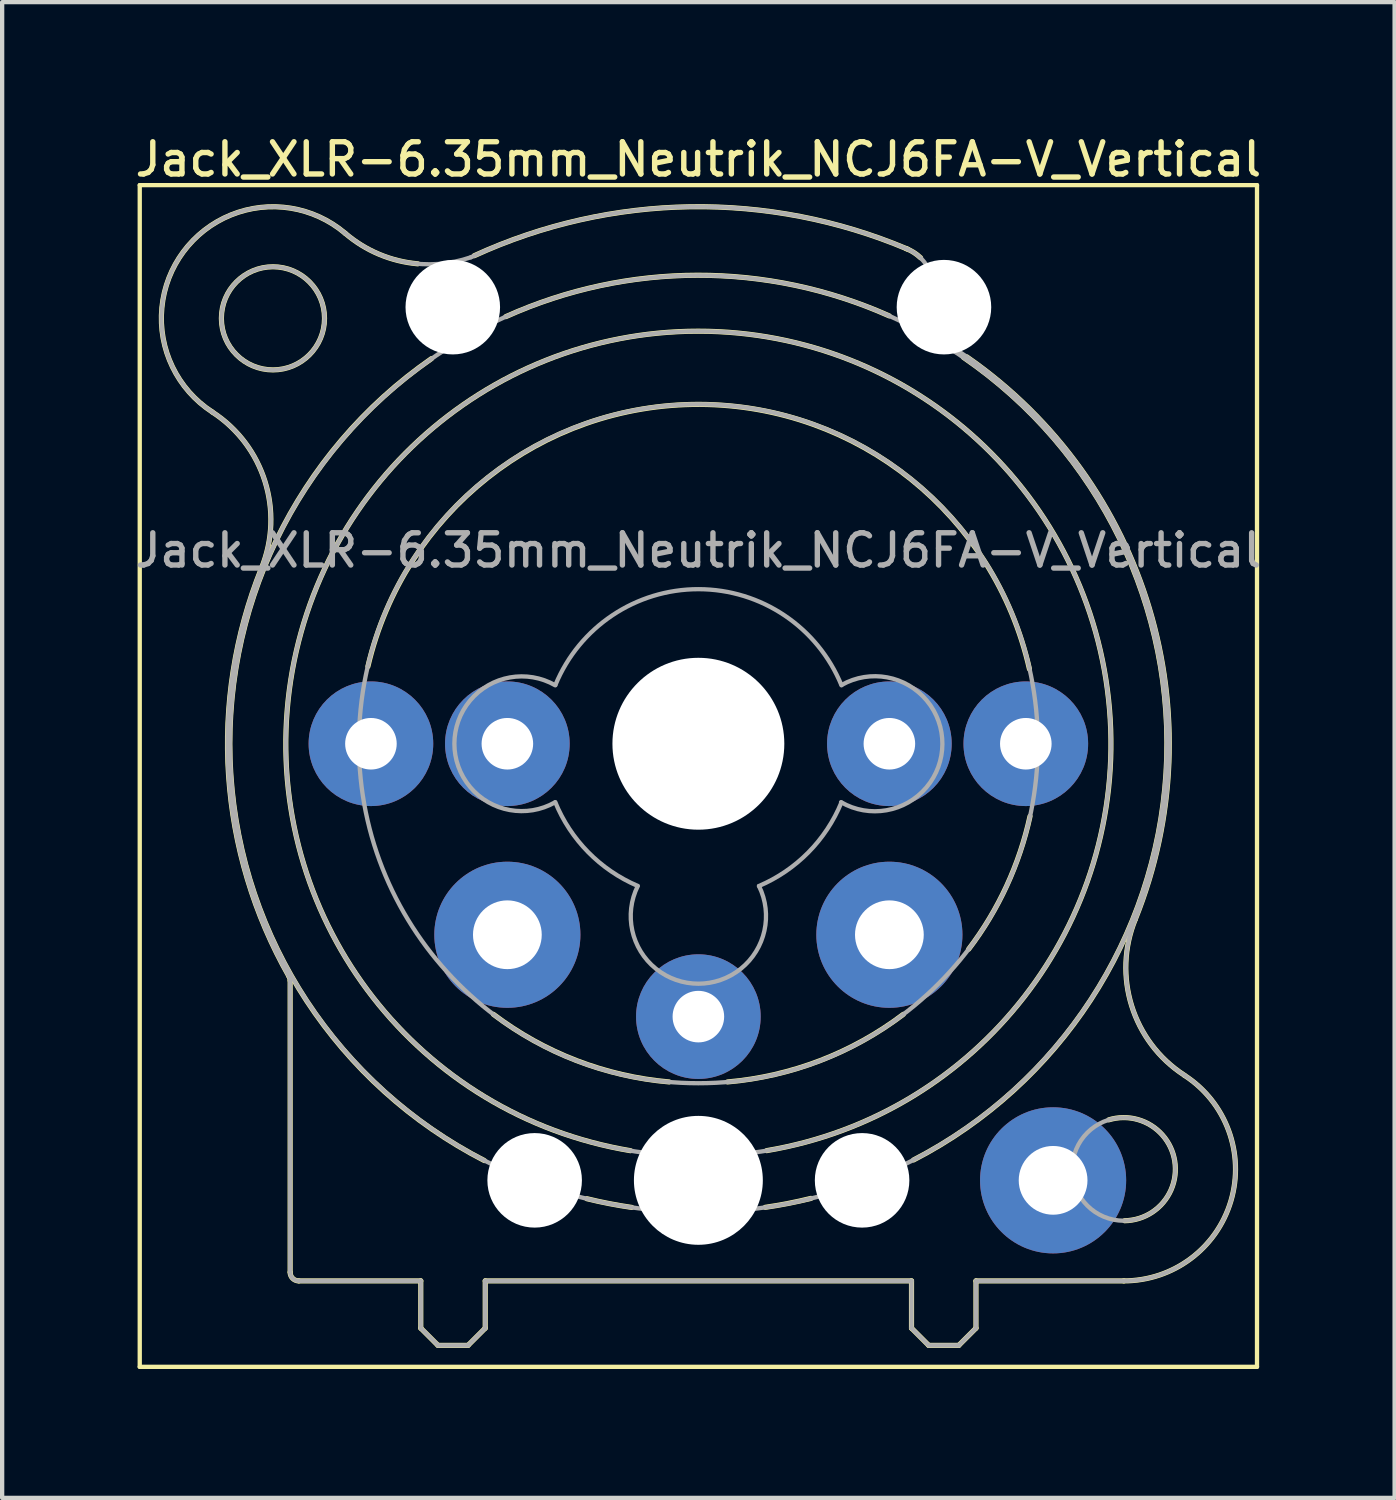
<source format=kicad_pcb>
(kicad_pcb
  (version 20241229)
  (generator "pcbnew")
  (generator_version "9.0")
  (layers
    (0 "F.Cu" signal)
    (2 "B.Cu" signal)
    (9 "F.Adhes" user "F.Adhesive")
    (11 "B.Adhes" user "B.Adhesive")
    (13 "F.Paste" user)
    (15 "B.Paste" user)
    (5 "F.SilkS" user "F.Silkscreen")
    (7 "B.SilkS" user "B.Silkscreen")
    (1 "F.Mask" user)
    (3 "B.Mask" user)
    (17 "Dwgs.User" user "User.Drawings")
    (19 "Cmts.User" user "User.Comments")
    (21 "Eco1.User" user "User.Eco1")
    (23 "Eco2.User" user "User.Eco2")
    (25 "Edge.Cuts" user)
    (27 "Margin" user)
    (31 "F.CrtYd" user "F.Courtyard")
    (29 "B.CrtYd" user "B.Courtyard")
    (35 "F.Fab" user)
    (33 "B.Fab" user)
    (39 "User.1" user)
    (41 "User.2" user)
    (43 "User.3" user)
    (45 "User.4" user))
  (footprint "Jack_XLR-6.35mm_Neutrik_NCJ6FA-V_Vertical"
    (layer "F.Cu")
    (at 20.822 14.258)
    (property "Reference" "Jack_XLR-6.35mm_Neutrik_NCJ6FA-V_Vertical" (at -7.62 -13.6 0) (layer "F.SilkS") (effects (font (size 0.75 0.75) (thickness 0.125))))
    (attr through_hole)
    (fp_line (start -20.62 -13) (end 5.38 -13) (stroke (width 0.1) (type solid)) (layer "F.SilkS"))
    (fp_line (start -20.62 14.5) (end -20.62 -13) (stroke (width 0.1) (type solid)) (layer "F.SilkS"))
    (fp_line (start -17.12 5.51) (end -17.12 12.3) (stroke (width 0.12) (type solid)) (layer "F.SilkS"))
    (fp_line (start -14.08 12.5) (end -16.92 12.5) (stroke (width 0.12) (type solid)) (layer "F.SilkS"))
    (fp_line (start -14.08 12.5) (end -14.08 13.6) (stroke (width 0.12) (type solid)) (layer "F.SilkS"))
    (fp_line (start -13.68 14) (end -14.08 13.6) (stroke (width 0.12) (type solid)) (layer "F.SilkS"))
    (fp_line (start -12.98 14) (end -13.68 14) (stroke (width 0.12) (type solid)) (layer "F.SilkS"))
    (fp_line (start -12.98 14) (end -12.58 13.6) (stroke (width 0.12) (type solid)) (layer "F.SilkS"))
    (fp_line (start -12.58 12.5) (end -12.58 13.6) (stroke (width 0.12) (type solid)) (layer "F.SilkS"))
    (fp_line (start -12.58 12.5) (end -2.66 12.5) (stroke (width 0.12) (type solid)) (layer "F.SilkS"))
    (fp_line (start -2.66 12.5) (end -2.66 13.6) (stroke (width 0.12) (type solid)) (layer "F.SilkS"))
    (fp_line (start -2.26 14) (end -2.66 13.6) (stroke (width 0.12) (type solid)) (layer "F.SilkS"))
    (fp_line (start -1.56 14) (end -2.26 14) (stroke (width 0.12) (type solid)) (layer "F.SilkS"))
    (fp_line (start -1.56 14) (end -1.16 13.6) (stroke (width 0.12) (type solid)) (layer "F.SilkS"))
    (fp_line (start -1.16 12.5) (end -1.16 13.6) (stroke (width 0.12) (type solid)) (layer "F.SilkS"))
    (fp_line (start 2.28 12.5) (end -1.16 12.5) (stroke (width 0.12) (type solid)) (layer "F.SilkS"))
    (fp_line (start 5.38 -13) (end 5.38 14.5) (stroke (width 0.1) (type solid)) (layer "F.SilkS"))
    (fp_line (start 5.38 14.5) (end -20.62 14.5) (stroke (width 0.1) (type solid)) (layer "F.SilkS"))
    (fp_arc (start -18.934795 -7.72258) (mid -19.602935 -11.450543) (end -15.84 -11.88) (stroke (width 0.12) (type solid)) (layer "F.SilkS"))
    (fp_arc (start -18.930969 -7.719195) (mid -17.705389 -6.104985) (end -17.79 -4.08) (stroke (width 0.12) (type solid)) (layer "F.SilkS"))
    (fp_arc (start -17.154956 5.397698) (mid -17.130185 5.451579) (end -17.12 5.51) (stroke (width 0.12) (type solid)) (layer "F.SilkS"))
    (fp_arc (start -17.144015 5.419265) (mid -18.552638 0.743459) (end -17.79 -4.08) (stroke (width 0.12) (type solid)) (layer "F.SilkS"))
    (fp_arc (start -16.92 12.5) (mid -17.061421 12.441421) (end -17.12 12.3) (stroke (width 0.12) (type solid)) (layer "F.SilkS"))
    (fp_arc (start -15.31 -1.8) (mid -7.589115 -7.897794) (end 0.083843 -1.739802) (stroke (width 0.12) (type solid)) (layer "F.SilkS"))
    (fp_arc (start -14.148924 -11.168665) (mid -15.050317 -11.391547) (end -15.84 -11.88) (stroke (width 0.12) (type solid)) (layer "F.SilkS"))
    (fp_arc (start -12.835768 -11.357498) (mid -7.808953 -12.496451) (end -2.75 -11.51) (stroke (width 0.12) (type solid)) (layer "F.SilkS"))
    (fp_arc (start -12.6 9.7) (mid -18.500043 0.717682) (end -13.830991 -8.961807) (stroke (width 0.12) (type solid)) (layer "F.SilkS"))
    (fp_arc (start -12.1 -9.94) (mid -7.641178 -10.902915) (end -3.178648 -9.957329) (stroke (width 0.12) (type solid)) (layer "F.SilkS"))
    (fp_arc (start -9.2 9.47) (mid -7.62467 -9.6009) (end -6.030789 9.468459) (stroke (width 0.12) (type solid)) (layer "F.SilkS"))
    (fp_arc (start -9.17 10.79) (mid -9.695239 10.701401) (end -10.215522 10.58725) (stroke (width 0.12) (type solid)) (layer "F.SilkS"))
    (fp_arc (start -8.3 7.87) (mid -10.455796 7.372758) (end -12.389148 6.297184) (stroke (width 0.12) (type solid)) (layer "F.SilkS"))
    (fp_arc (start -5 10.58) (mid -5.529293 10.697184) (end -6.063757 10.787906) (stroke (width 0.12) (type solid)) (layer "F.SilkS"))
    (fp_arc (start -2.850852 6.297184) (mid -4.784204 7.372758) (end -6.94 7.87) (stroke (width 0.12) (type solid)) (layer "F.SilkS"))
    (fp_arc (start -2.789231 -11.524852) (mid -2.608846 -11.434431) (end -2.45 -11.31) (stroke (width 0.12) (type solid)) (layer "F.SilkS"))
    (fp_arc (start -1.45 -8.99) (mid 3.262553 0.677525) (end -2.61272 9.685874) (stroke (width 0.12) (type solid)) (layer "F.SilkS"))
    (fp_arc (start -1.372521 -9.002461) (mid 2.876242 -3.147094) (end 2.55 4.08) (stroke (width 0.12) (type solid)) (layer "F.SilkS"))
    (fp_arc (start 0.097858 1.687355) (mid -0.447404 3.31155) (end -1.33 4.78) (stroke (width 0.12) (type solid)) (layer "F.SilkS"))
    (fp_arc (start 1.932014 8.75139) (mid 3.4657 9.714222) (end 2.3 11.1) (stroke (width 0.12) (type solid)) (layer "F.SilkS"))
    (fp_arc (start 3.687208 7.712208) (mid 2.463871 6.101094) (end 2.55 4.08) (stroke (width 0.12) (type solid)) (layer "F.SilkS"))
    (fp_arc (start 3.696061 7.719457) (mid 4.772931 10.63844) (end 2.28 12.5) (stroke (width 0.12) (type solid)) (layer "F.SilkS"))
    (fp_circle (center -17.52 -9.9) (end -16.32 -9.9) (stroke (width 0.12) (type solid)) (fill no) (layer "F.SilkS"))
    (fp_line (start -17.12 5.51) (end -17.12 12.3) (stroke (width 0.1) (type solid)) (layer "F.Fab"))
    (fp_line (start -14.08 12.5) (end -16.92 12.5) (stroke (width 0.1) (type solid)) (layer "F.Fab"))
    (fp_line (start -14.08 12.5) (end -14.08 13.6) (stroke (width 0.1) (type solid)) (layer "F.Fab"))
    (fp_line (start -13.68 14) (end -14.08 13.6) (stroke (width 0.1) (type solid)) (layer "F.Fab"))
    (fp_line (start -12.98 14) (end -13.68 14) (stroke (width 0.1) (type solid)) (layer "F.Fab"))
    (fp_line (start -12.98 14) (end -12.58 13.6) (stroke (width 0.1) (type solid)) (layer "F.Fab"))
    (fp_line (start -12.58 12.5) (end -12.58 13.6) (stroke (width 0.1) (type solid)) (layer "F.Fab"))
    (fp_line (start -12.58 12.5) (end -2.66 12.5) (stroke (width 0.1) (type solid)) (layer "F.Fab"))
    (fp_line (start -2.66 12.5) (end -2.66 13.6) (stroke (width 0.1) (type solid)) (layer "F.Fab"))
    (fp_line (start -2.37 -9.82) (end -2.21 -10.22) (stroke (width 0.1) (type solid)) (layer "F.Fab"))
    (fp_line (start -2.26 14) (end -2.66 13.6) (stroke (width 0.1) (type solid)) (layer "F.Fab"))
    (fp_line (start -1.56 14) (end -2.26 14) (stroke (width 0.1) (type solid)) (layer "F.Fab"))
    (fp_line (start -1.56 14) (end -1.16 13.6) (stroke (width 0.1) (type solid)) (layer "F.Fab"))
    (fp_line (start -1.16 12.5) (end -1.16 13.6) (stroke (width 0.1) (type solid)) (layer "F.Fab"))
    (fp_line (start 2.28 12.5) (end -1.16 12.5) (stroke (width 0.1) (type solid)) (layer "F.Fab"))
    (fp_arc (start -18.934795 -7.72258) (mid -19.602935 -11.450543) (end -15.84 -11.88) (stroke (width 0.1) (type solid)) (layer "F.Fab"))
    (fp_arc (start -18.930969 -7.719195) (mid -17.705389 -6.104985) (end -17.79 -4.08) (stroke (width 0.1) (type solid)) (layer "F.Fab"))
    (fp_arc (start -17.154956 5.397698) (mid -17.130185 5.451579) (end -17.12 5.51) (stroke (width 0.1) (type solid)) (layer "F.Fab"))
    (fp_arc (start -17.144015 5.419265) (mid -18.552638 0.743459) (end -17.79 -4.08) (stroke (width 0.1) (type solid)) (layer "F.Fab"))
    (fp_arc (start -16.92 12.5) (mid -17.061421 12.441421) (end -17.12 12.3) (stroke (width 0.1) (type solid)) (layer "F.Fab"))
    (fp_arc (start -12.914931 -11.320809) (mid -7.852572 -12.495716) (end -2.75 -11.51) (stroke (width 0.1) (type solid)) (layer "F.Fab"))
    (fp_arc (start -12.913921 -11.321101) (mid -14.451447 -11.210582) (end -15.84 -11.88) (stroke (width 0.1) (type solid)) (layer "F.Fab"))
    (fp_arc (start -10.954064 1.362323) (mid -13.297799 -0.002341) (end -10.95 -1.36) (stroke (width 0.1) (type solid)) (layer "F.Fab"))
    (fp_arc (start -10.945975 -1.369814) (mid -7.614696 -3.597009) (end -4.29 -1.36) (stroke (width 0.1) (type solid)) (layer "F.Fab"))
    (fp_arc (start -9.036119 3.306525) (mid -10.184888 2.521874) (end -10.95 1.36) (stroke (width 0.1) (type solid)) (layer "F.Fab"))
    (fp_arc (start -6.208725 3.312574) (mid -7.621436 5.584198) (end -9.03 3.31) (stroke (width 0.1) (type solid)) (layer "F.Fab"))
    (fp_arc (start -4.291917 1.36677) (mid -5.059455 2.527411) (end -6.21 3.31) (stroke (width 0.1) (type solid)) (layer "F.Fab"))
    (fp_arc (start -4.284946 -1.368604) (mid -1.941293 0.00867) (end -4.3 1.36) (stroke (width 0.1) (type solid)) (layer "F.Fab"))
    (fp_arc (start -2.752398 -11.51057) (mid -2.22343 -10.97362) (end -2.21 -10.22) (stroke (width 0.1) (type solid)) (layer "F.Fab"))
    (fp_arc (start -2.280824 -9.569143) (mid 2.709976 -3.656075) (end 2.55 4.08) (stroke (width 0.1) (type solid)) (layer "F.Fab"))
    (fp_arc (start -2.264515 -9.56035) (mid -2.366315 -9.670245) (end -2.37 -9.82) (stroke (width 0.1) (type solid)) (layer "F.Fab"))
    (fp_arc (start -2.20715 -10.954211) (mid -1.183963 -10.175931) (end -2.37 -9.68) (stroke (width 0.1) (type solid)) (layer "F.Fab"))
    (fp_arc (start 3.687208 7.712208) (mid 2.463871 6.101094) (end 2.55 4.08) (stroke (width 0.1) (type solid)) (layer "F.Fab"))
    (fp_arc (start 3.696061 7.719457) (mid 4.772931 10.63844) (end 2.28 12.5) (stroke (width 0.1) (type solid)) (layer "F.Fab"))
    (fp_circle (center -17.52 -9.9) (end -16.32 -9.9) (stroke (width 0.1) (type solid)) (fill no) (layer "F.Fab"))
    (fp_circle (center -7.62 0) (end 0.28 0) (stroke (width 0.1) (type solid)) (fill no) (layer "F.Fab"))
    (fp_circle (center -7.62 0) (end 1.98 0) (stroke (width 0.1) (type solid)) (fill no) (layer "F.Fab"))
    (fp_circle (center -7.62 0) (end 3.28 0) (stroke (width 0.1) (type solid)) (fill no) (layer "F.Fab"))
    (fp_circle (center 2.28 9.9) (end 3.48 9.9) (stroke (width 0.1) (type solid)) (fill no) (layer "F.Fab"))
    (fp_text user "${REFERENCE}" (at -7.62 -4.5 0) (layer "F.Fab") (effects (font (size 0.75 0.75) (thickness 0.125))))
    (pad "" np_thru_hole circle (at -13.335 -10.16) (size 2.2 2.2) (drill 2.2) (layers "*.Cu" "*.Mask"))
    (pad "" np_thru_hole circle (at -11.43 10.16) (size 2.2 2.2) (drill 2.2) (layers "*.Cu" "*.Mask"))
    (pad "" np_thru_hole circle (at -7.62 0) (size 4 4) (drill 4) (layers "*.Cu" "*.Mask"))
    (pad "" np_thru_hole circle (at -7.62 10.16) (size 3 3) (drill 3) (layers "*.Cu" "*.Mask"))
    (pad "" np_thru_hole circle (at -3.81 10.16) (size 2.2 2.2) (drill 2.2) (layers "*.Cu" "*.Mask"))
    (pad "" np_thru_hole circle (at -1.905 -10.16) (size 2.2 2.2) (drill 2.2) (layers "*.Cu" "*.Mask"))
    (pad "1" thru_hole circle (at 0 0) (size 2.9 2.9) (drill 1.2) (layers "*.Cu" "*.Mask"))
    (pad "2" thru_hole circle (at -15.24 0) (size 2.9 2.9) (drill 1.2) (layers "*.Cu" "*.Mask"))
    (pad "3" thru_hole circle (at -7.62 6.35) (size 2.9 2.9) (drill 1.2) (layers "*.Cu" "*.Mask"))
    (pad "G" thru_hole circle (at 0.635 10.16) (size 3.4 3.4) (drill 1.6) (layers "*.Cu" "*.Mask"))
    (pad "R" thru_hole circle (at -12.065 0) (size 2.9 2.9) (drill 1.2) (layers "*.Cu" "*.Mask"))
    (pad "S" thru_hole circle (at -3.175 0) (size 2.9 2.9) (drill 1.2) (layers "*.Cu" "*.Mask"))
    (pad "T" thru_hole circle (at -12.065 4.445) (size 3.4 3.4) (drill 1.6) (layers "*.Cu" "*.Mask"))
    (pad "T" thru_hole circle (at -3.175 4.445) (size 3.4 3.4) (drill 1.6) (layers "*.Cu" "*.Mask")))
  (gr_rect
    (start -3 -3)
    (end 29.404 31.808)
    (stroke (width 0.1) (type default))
    (fill no)
    (layer "Edge.Cuts")))
</source>
